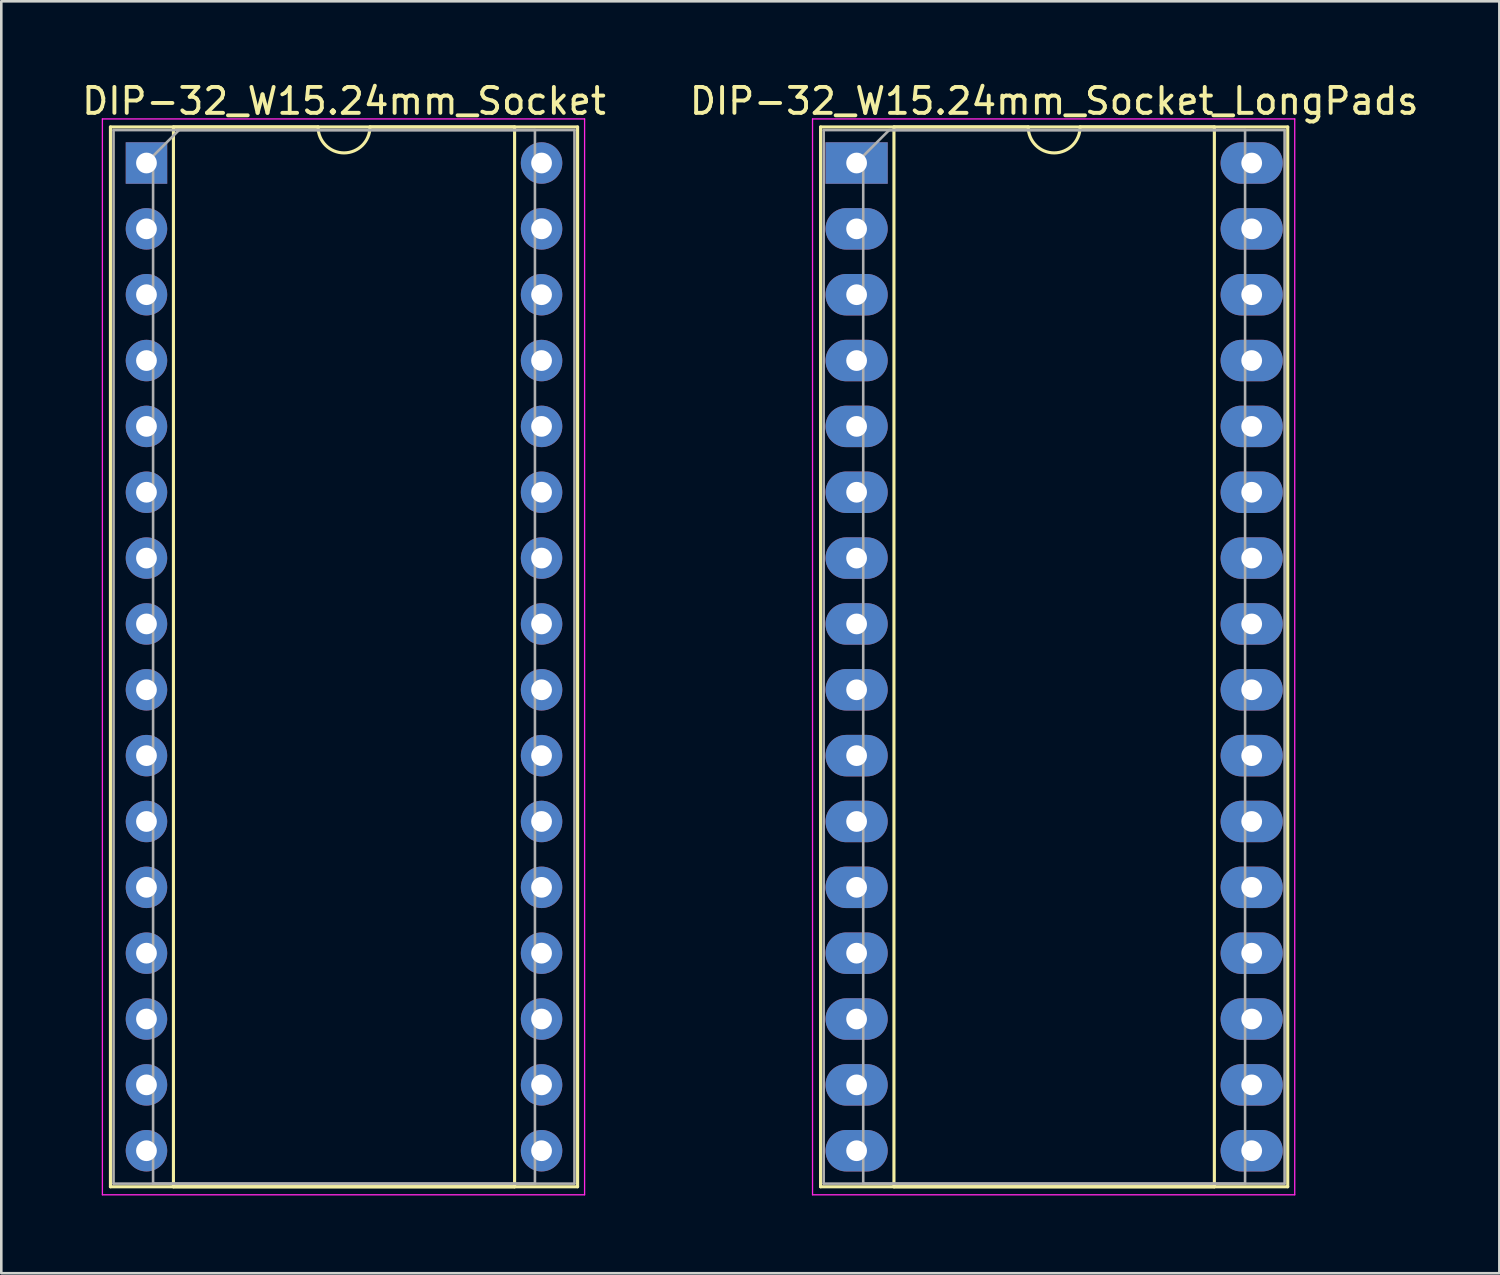
<source format=kicad_pcb>
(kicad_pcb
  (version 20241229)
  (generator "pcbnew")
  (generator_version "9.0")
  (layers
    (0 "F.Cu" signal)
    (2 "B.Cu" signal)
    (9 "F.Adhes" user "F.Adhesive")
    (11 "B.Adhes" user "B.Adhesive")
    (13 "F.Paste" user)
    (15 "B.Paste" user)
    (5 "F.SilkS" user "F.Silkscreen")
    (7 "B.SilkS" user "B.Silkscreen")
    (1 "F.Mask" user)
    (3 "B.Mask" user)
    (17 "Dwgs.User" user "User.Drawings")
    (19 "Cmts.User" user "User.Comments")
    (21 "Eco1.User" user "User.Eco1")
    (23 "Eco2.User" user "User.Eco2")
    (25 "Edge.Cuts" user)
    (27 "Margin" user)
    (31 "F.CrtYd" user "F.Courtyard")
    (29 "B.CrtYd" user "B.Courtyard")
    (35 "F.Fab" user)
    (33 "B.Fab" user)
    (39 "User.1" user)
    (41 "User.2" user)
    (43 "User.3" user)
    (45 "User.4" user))
  (footprint "DIP-32_W15.24mm_Socket_LongPads"
    (layer "F.Cu")
    (at 29.993 3.238)
    (property "Reference" "DIP-32_W15.24mm_Socket_LongPads" (at 7.62 -2.39 0) (layer "F.SilkS") (effects (font (size 1 1) (thickness 0.15))))
    (attr through_hole)
    (fp_line (start -1.39 -1.39) (end -1.39 39.49) (stroke (width 0.12) (type solid)) (layer "F.SilkS"))
    (fp_line (start -1.39 39.49) (end 16.63 39.49) (stroke (width 0.12) (type solid)) (layer "F.SilkS"))
    (fp_line (start 1.44 -1.39) (end 1.44 39.49) (stroke (width 0.12) (type solid)) (layer "F.SilkS"))
    (fp_line (start 1.44 39.49) (end 13.8 39.49) (stroke (width 0.12) (type solid)) (layer "F.SilkS"))
    (fp_line (start 6.62 -1.39) (end 1.44 -1.39) (stroke (width 0.12) (type solid)) (layer "F.SilkS"))
    (fp_line (start 13.8 -1.39) (end 8.62 -1.39) (stroke (width 0.12) (type solid)) (layer "F.SilkS"))
    (fp_line (start 13.8 39.49) (end 13.8 -1.39) (stroke (width 0.12) (type solid)) (layer "F.SilkS"))
    (fp_line (start 16.63 -1.39) (end -1.39 -1.39) (stroke (width 0.12) (type solid)) (layer "F.SilkS"))
    (fp_line (start 16.63 39.49) (end 16.63 -1.39) (stroke (width 0.12) (type solid)) (layer "F.SilkS"))
    (fp_arc (start 8.62 -1.39) (mid 7.62 -0.39) (end 6.62 -1.39) (stroke (width 0.12) (type solid)) (layer "F.SilkS"))
    (fp_line (start -1.7 -1.7) (end -1.7 39.8) (stroke (width 0.05) (type solid)) (layer "F.CrtYd"))
    (fp_line (start -1.7 39.8) (end 16.9 39.8) (stroke (width 0.05) (type solid)) (layer "F.CrtYd"))
    (fp_line (start 16.9 -1.7) (end -1.7 -1.7) (stroke (width 0.05) (type solid)) (layer "F.CrtYd"))
    (fp_line (start 16.9 39.8) (end 16.9 -1.7) (stroke (width 0.05) (type solid)) (layer "F.CrtYd"))
    (fp_line (start -1.27 -1.27) (end -1.27 39.37) (stroke (width 0.1) (type solid)) (layer "F.Fab"))
    (fp_line (start -1.27 39.37) (end 16.51 39.37) (stroke (width 0.1) (type solid)) (layer "F.Fab"))
    (fp_line (start 0.255 -0.27) (end 1.255 -1.27) (stroke (width 0.1) (type solid)) (layer "F.Fab"))
    (fp_line (start 0.255 39.37) (end 0.255 -0.27) (stroke (width 0.1) (type solid)) (layer "F.Fab"))
    (fp_line (start 1.255 -1.27) (end 14.985 -1.27) (stroke (width 0.1) (type solid)) (layer "F.Fab"))
    (fp_line (start 14.985 -1.27) (end 14.985 39.37) (stroke (width 0.1) (type solid)) (layer "F.Fab"))
    (fp_line (start 14.985 39.37) (end 0.255 39.37) (stroke (width 0.1) (type solid)) (layer "F.Fab"))
    (fp_line (start 16.51 -1.27) (end -1.27 -1.27) (stroke (width 0.1) (type solid)) (layer "F.Fab"))
    (fp_line (start 16.51 39.37) (end 16.51 -1.27) (stroke (width 0.1) (type solid)) (layer "F.Fab"))
    (pad "1" thru_hole rect (at 0 0) (size 2.4 1.6) (drill 0.8) (layers "*.Cu" "*.Mask"))
    (pad "2" thru_hole oval (at 0 2.54) (size 2.4 1.6) (drill 0.8) (layers "*.Cu" "*.Mask"))
    (pad "3" thru_hole oval (at 0 5.08) (size 2.4 1.6) (drill 0.8) (layers "*.Cu" "*.Mask"))
    (pad "4" thru_hole oval (at 0 7.62) (size 2.4 1.6) (drill 0.8) (layers "*.Cu" "*.Mask"))
    (pad "5" thru_hole oval (at 0 10.16) (size 2.4 1.6) (drill 0.8) (layers "*.Cu" "*.Mask"))
    (pad "6" thru_hole oval (at 0 12.7) (size 2.4 1.6) (drill 0.8) (layers "*.Cu" "*.Mask"))
    (pad "7" thru_hole oval (at 0 15.24) (size 2.4 1.6) (drill 0.8) (layers "*.Cu" "*.Mask"))
    (pad "8" thru_hole oval (at 0 17.78) (size 2.4 1.6) (drill 0.8) (layers "*.Cu" "*.Mask"))
    (pad "9" thru_hole oval (at 0 20.32) (size 2.4 1.6) (drill 0.8) (layers "*.Cu" "*.Mask"))
    (pad "10" thru_hole oval (at 0 22.86) (size 2.4 1.6) (drill 0.8) (layers "*.Cu" "*.Mask"))
    (pad "11" thru_hole oval (at 0 25.4) (size 2.4 1.6) (drill 0.8) (layers "*.Cu" "*.Mask"))
    (pad "12" thru_hole oval (at 0 27.94) (size 2.4 1.6) (drill 0.8) (layers "*.Cu" "*.Mask"))
    (pad "13" thru_hole oval (at 0 30.48) (size 2.4 1.6) (drill 0.8) (layers "*.Cu" "*.Mask"))
    (pad "14" thru_hole oval (at 0 33.02) (size 2.4 1.6) (drill 0.8) (layers "*.Cu" "*.Mask"))
    (pad "15" thru_hole oval (at 0 35.56) (size 2.4 1.6) (drill 0.8) (layers "*.Cu" "*.Mask"))
    (pad "16" thru_hole oval (at 0 38.1) (size 2.4 1.6) (drill 0.8) (layers "*.Cu" "*.Mask"))
    (pad "17" thru_hole oval (at 15.24 38.1) (size 2.4 1.6) (drill 0.8) (layers "*.Cu" "*.Mask"))
    (pad "18" thru_hole oval (at 15.24 35.56) (size 2.4 1.6) (drill 0.8) (layers "*.Cu" "*.Mask"))
    (pad "19" thru_hole oval (at 15.24 33.02) (size 2.4 1.6) (drill 0.8) (layers "*.Cu" "*.Mask"))
    (pad "20" thru_hole oval (at 15.24 30.48) (size 2.4 1.6) (drill 0.8) (layers "*.Cu" "*.Mask"))
    (pad "21" thru_hole oval (at 15.24 27.94) (size 2.4 1.6) (drill 0.8) (layers "*.Cu" "*.Mask"))
    (pad "22" thru_hole oval (at 15.24 25.4) (size 2.4 1.6) (drill 0.8) (layers "*.Cu" "*.Mask"))
    (pad "23" thru_hole oval (at 15.24 22.86) (size 2.4 1.6) (drill 0.8) (layers "*.Cu" "*.Mask"))
    (pad "24" thru_hole oval (at 15.24 20.32) (size 2.4 1.6) (drill 0.8) (layers "*.Cu" "*.Mask"))
    (pad "25" thru_hole oval (at 15.24 17.78) (size 2.4 1.6) (drill 0.8) (layers "*.Cu" "*.Mask"))
    (pad "26" thru_hole oval (at 15.24 15.24) (size 2.4 1.6) (drill 0.8) (layers "*.Cu" "*.Mask"))
    (pad "27" thru_hole oval (at 15.24 12.7) (size 2.4 1.6) (drill 0.8) (layers "*.Cu" "*.Mask"))
    (pad "28" thru_hole oval (at 15.24 10.16) (size 2.4 1.6) (drill 0.8) (layers "*.Cu" "*.Mask"))
    (pad "29" thru_hole oval (at 15.24 7.62) (size 2.4 1.6) (drill 0.8) (layers "*.Cu" "*.Mask"))
    (pad "30" thru_hole oval (at 15.24 5.08) (size 2.4 1.6) (drill 0.8) (layers "*.Cu" "*.Mask"))
    (pad "31" thru_hole oval (at 15.24 2.54) (size 2.4 1.6) (drill 0.8) (layers "*.Cu" "*.Mask"))
    (pad "32" thru_hole oval (at 15.24 0) (size 2.4 1.6) (drill 0.8) (layers "*.Cu" "*.Mask")))
  (footprint "DIP-32_W15.24mm_Socket"
    (layer "F.Cu")
    (at 2.6 3.238)
    (property "Reference" "DIP-32_W15.24mm_Socket" (at 7.62 -2.39 0) (layer "F.SilkS") (effects (font (size 1 1) (thickness 0.15))))
    (attr through_hole)
    (fp_line (start -1.39 -1.39) (end -1.39 39.49) (stroke (width 0.12) (type solid)) (layer "F.SilkS"))
    (fp_line (start -1.39 39.49) (end 16.63 39.49) (stroke (width 0.12) (type solid)) (layer "F.SilkS"))
    (fp_line (start 1.04 -1.39) (end 1.04 39.49) (stroke (width 0.12) (type solid)) (layer "F.SilkS"))
    (fp_line (start 1.04 39.49) (end 14.2 39.49) (stroke (width 0.12) (type solid)) (layer "F.SilkS"))
    (fp_line (start 6.62 -1.39) (end 1.04 -1.39) (stroke (width 0.12) (type solid)) (layer "F.SilkS"))
    (fp_line (start 14.2 -1.39) (end 8.62 -1.39) (stroke (width 0.12) (type solid)) (layer "F.SilkS"))
    (fp_line (start 14.2 39.49) (end 14.2 -1.39) (stroke (width 0.12) (type solid)) (layer "F.SilkS"))
    (fp_line (start 16.63 -1.39) (end -1.39 -1.39) (stroke (width 0.12) (type solid)) (layer "F.SilkS"))
    (fp_line (start 16.63 39.49) (end 16.63 -1.39) (stroke (width 0.12) (type solid)) (layer "F.SilkS"))
    (fp_arc (start 8.62 -1.39) (mid 7.62 -0.39) (end 6.62 -1.39) (stroke (width 0.12) (type solid)) (layer "F.SilkS"))
    (fp_line (start -1.7 -1.7) (end -1.7 39.8) (stroke (width 0.05) (type solid)) (layer "F.CrtYd"))
    (fp_line (start -1.7 39.8) (end 16.9 39.8) (stroke (width 0.05) (type solid)) (layer "F.CrtYd"))
    (fp_line (start 16.9 -1.7) (end -1.7 -1.7) (stroke (width 0.05) (type solid)) (layer "F.CrtYd"))
    (fp_line (start 16.9 39.8) (end 16.9 -1.7) (stroke (width 0.05) (type solid)) (layer "F.CrtYd"))
    (fp_line (start -1.27 -1.27) (end -1.27 39.37) (stroke (width 0.1) (type solid)) (layer "F.Fab"))
    (fp_line (start -1.27 39.37) (end 16.51 39.37) (stroke (width 0.1) (type solid)) (layer "F.Fab"))
    (fp_line (start 0.255 -0.27) (end 1.255 -1.27) (stroke (width 0.1) (type solid)) (layer "F.Fab"))
    (fp_line (start 0.255 39.37) (end 0.255 -0.27) (stroke (width 0.1) (type solid)) (layer "F.Fab"))
    (fp_line (start 1.255 -1.27) (end 14.985 -1.27) (stroke (width 0.1) (type solid)) (layer "F.Fab"))
    (fp_line (start 14.985 -1.27) (end 14.985 39.37) (stroke (width 0.1) (type solid)) (layer "F.Fab"))
    (fp_line (start 14.985 39.37) (end 0.255 39.37) (stroke (width 0.1) (type solid)) (layer "F.Fab"))
    (fp_line (start 16.51 -1.27) (end -1.27 -1.27) (stroke (width 0.1) (type solid)) (layer "F.Fab"))
    (fp_line (start 16.51 39.37) (end 16.51 -1.27) (stroke (width 0.1) (type solid)) (layer "F.Fab"))
    (pad "1" thru_hole rect (at 0 0) (size 1.6 1.6) (drill 0.8) (layers "*.Cu" "*.Mask"))
    (pad "2" thru_hole oval (at 0 2.54) (size 1.6 1.6) (drill 0.8) (layers "*.Cu" "*.Mask"))
    (pad "3" thru_hole oval (at 0 5.08) (size 1.6 1.6) (drill 0.8) (layers "*.Cu" "*.Mask"))
    (pad "4" thru_hole oval (at 0 7.62) (size 1.6 1.6) (drill 0.8) (layers "*.Cu" "*.Mask"))
    (pad "5" thru_hole oval (at 0 10.16) (size 1.6 1.6) (drill 0.8) (layers "*.Cu" "*.Mask"))
    (pad "6" thru_hole oval (at 0 12.7) (size 1.6 1.6) (drill 0.8) (layers "*.Cu" "*.Mask"))
    (pad "7" thru_hole oval (at 0 15.24) (size 1.6 1.6) (drill 0.8) (layers "*.Cu" "*.Mask"))
    (pad "8" thru_hole oval (at 0 17.78) (size 1.6 1.6) (drill 0.8) (layers "*.Cu" "*.Mask"))
    (pad "9" thru_hole oval (at 0 20.32) (size 1.6 1.6) (drill 0.8) (layers "*.Cu" "*.Mask"))
    (pad "10" thru_hole oval (at 0 22.86) (size 1.6 1.6) (drill 0.8) (layers "*.Cu" "*.Mask"))
    (pad "11" thru_hole oval (at 0 25.4) (size 1.6 1.6) (drill 0.8) (layers "*.Cu" "*.Mask"))
    (pad "12" thru_hole oval (at 0 27.94) (size 1.6 1.6) (drill 0.8) (layers "*.Cu" "*.Mask"))
    (pad "13" thru_hole oval (at 0 30.48) (size 1.6 1.6) (drill 0.8) (layers "*.Cu" "*.Mask"))
    (pad "14" thru_hole oval (at 0 33.02) (size 1.6 1.6) (drill 0.8) (layers "*.Cu" "*.Mask"))
    (pad "15" thru_hole oval (at 0 35.56) (size 1.6 1.6) (drill 0.8) (layers "*.Cu" "*.Mask"))
    (pad "16" thru_hole oval (at 0 38.1) (size 1.6 1.6) (drill 0.8) (layers "*.Cu" "*.Mask"))
    (pad "17" thru_hole oval (at 15.24 38.1) (size 1.6 1.6) (drill 0.8) (layers "*.Cu" "*.Mask"))
    (pad "18" thru_hole oval (at 15.24 35.56) (size 1.6 1.6) (drill 0.8) (layers "*.Cu" "*.Mask"))
    (pad "19" thru_hole oval (at 15.24 33.02) (size 1.6 1.6) (drill 0.8) (layers "*.Cu" "*.Mask"))
    (pad "20" thru_hole oval (at 15.24 30.48) (size 1.6 1.6) (drill 0.8) (layers "*.Cu" "*.Mask"))
    (pad "21" thru_hole oval (at 15.24 27.94) (size 1.6 1.6) (drill 0.8) (layers "*.Cu" "*.Mask"))
    (pad "22" thru_hole oval (at 15.24 25.4) (size 1.6 1.6) (drill 0.8) (layers "*.Cu" "*.Mask"))
    (pad "23" thru_hole oval (at 15.24 22.86) (size 1.6 1.6) (drill 0.8) (layers "*.Cu" "*.Mask"))
    (pad "24" thru_hole oval (at 15.24 20.32) (size 1.6 1.6) (drill 0.8) (layers "*.Cu" "*.Mask"))
    (pad "25" thru_hole oval (at 15.24 17.78) (size 1.6 1.6) (drill 0.8) (layers "*.Cu" "*.Mask"))
    (pad "26" thru_hole oval (at 15.24 15.24) (size 1.6 1.6) (drill 0.8) (layers "*.Cu" "*.Mask"))
    (pad "27" thru_hole oval (at 15.24 12.7) (size 1.6 1.6) (drill 0.8) (layers "*.Cu" "*.Mask"))
    (pad "28" thru_hole oval (at 15.24 10.16) (size 1.6 1.6) (drill 0.8) (layers "*.Cu" "*.Mask"))
    (pad "29" thru_hole oval (at 15.24 7.62) (size 1.6 1.6) (drill 0.8) (layers "*.Cu" "*.Mask"))
    (pad "30" thru_hole oval (at 15.24 5.08) (size 1.6 1.6) (drill 0.8) (layers "*.Cu" "*.Mask"))
    (pad "31" thru_hole oval (at 15.24 2.54) (size 1.6 1.6) (drill 0.8) (layers "*.Cu" "*.Mask"))
    (pad "32" thru_hole oval (at 15.24 0) (size 1.6 1.6) (drill 0.8) (layers "*.Cu" "*.Mask")))
  (gr_rect
    (start -3 -3)
    (end 54.786 46.063)
    (stroke (width 0.1) (type default))
    (fill no)
    (layer "Edge.Cuts")))
</source>
